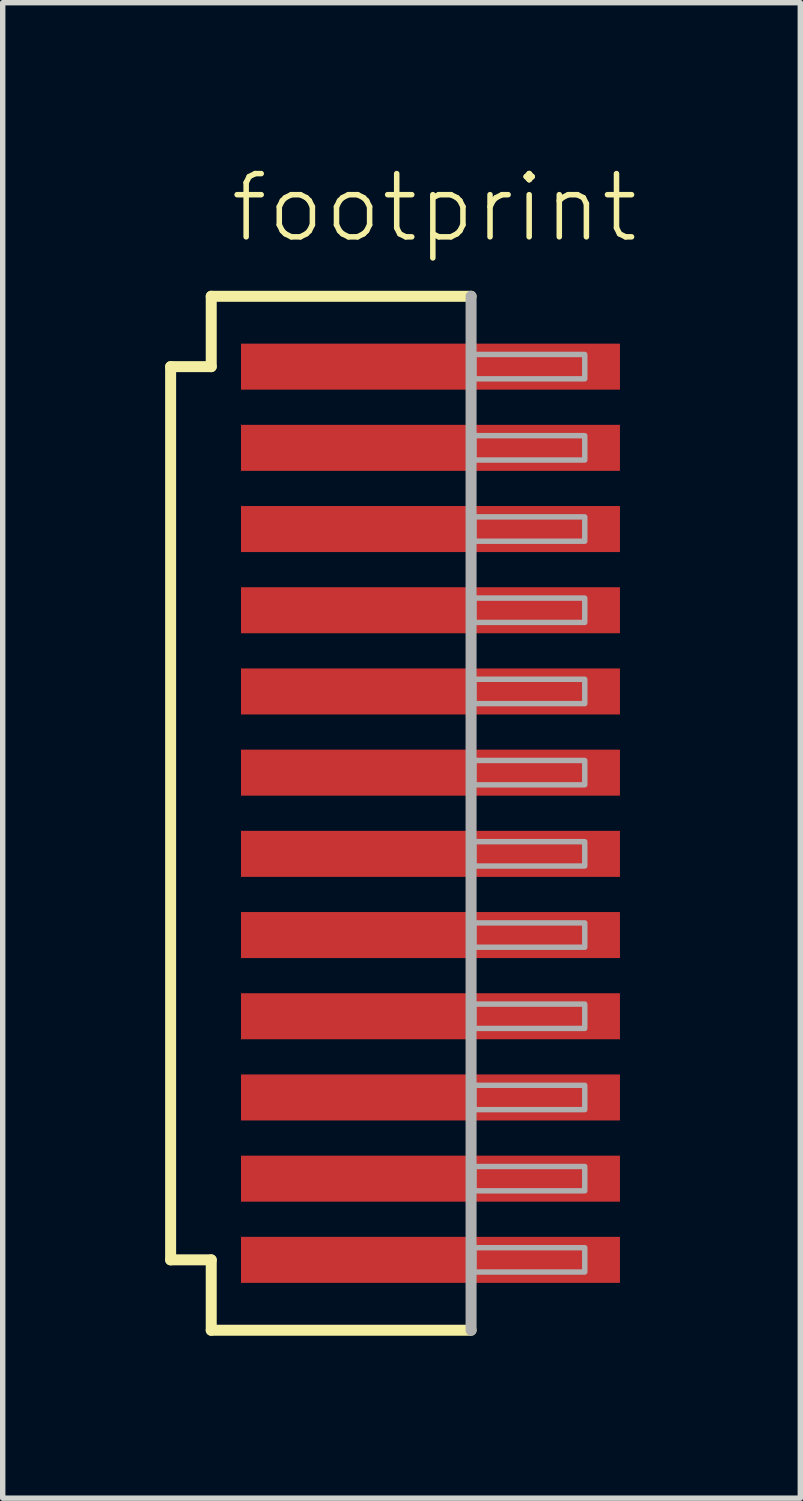
<source format=kicad_pcb>
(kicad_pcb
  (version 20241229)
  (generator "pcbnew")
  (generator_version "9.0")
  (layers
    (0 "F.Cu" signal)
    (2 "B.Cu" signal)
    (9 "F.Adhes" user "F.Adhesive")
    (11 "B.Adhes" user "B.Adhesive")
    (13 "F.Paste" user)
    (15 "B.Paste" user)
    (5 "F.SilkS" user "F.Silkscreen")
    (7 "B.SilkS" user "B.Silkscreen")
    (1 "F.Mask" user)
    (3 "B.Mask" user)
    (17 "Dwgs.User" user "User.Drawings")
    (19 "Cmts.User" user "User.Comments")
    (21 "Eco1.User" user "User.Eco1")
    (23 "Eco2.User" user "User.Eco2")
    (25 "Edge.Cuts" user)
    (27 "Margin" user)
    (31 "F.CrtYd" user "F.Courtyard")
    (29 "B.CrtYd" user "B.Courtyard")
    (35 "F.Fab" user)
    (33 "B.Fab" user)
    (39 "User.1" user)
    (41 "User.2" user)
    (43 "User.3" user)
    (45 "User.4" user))
  (footprint "footprint"
    (layer "F.Cu")
    (at 4.902 11.973)
    (property "Reference" "footprint" (at -3.75 -10.5 0) (layer "F.SilkS") (effects (font (size 1.168 1.168) (thickness 0.102)) (justify left bottom)))
    (fp_line (start -4.8 -8.25) (end -4.05 -8.25) (stroke (width 0.203) (type solid)) (layer "F.SilkS"))
    (fp_line (start -4.8 8.25) (end -4.8 -8.25) (stroke (width 0.203) (type solid)) (layer "F.SilkS"))
    (fp_line (start -4.05 -9.55) (end 0.75 -9.55) (stroke (width 0.203) (type solid)) (layer "F.SilkS"))
    (fp_line (start -4.05 -8.25) (end -4.05 -9.55) (stroke (width 0.203) (type solid)) (layer "F.SilkS"))
    (fp_line (start -4.05 8.25) (end -4.8 8.25) (stroke (width 0.203) (type solid)) (layer "F.SilkS"))
    (fp_line (start -4.05 9.55) (end -4.05 8.25) (stroke (width 0.203) (type solid)) (layer "F.SilkS"))
    (fp_line (start 0.75 9.55) (end -4.05 9.55) (stroke (width 0.203) (type solid)) (layer "F.SilkS"))
    (fp_line (start 0.75 -9.55) (end 0.75 9.55) (stroke (width 0.203) (type solid)) (layer "F.Fab"))
    (fp_poly (pts (xy 0.8 -8.025) (xy 2.85 -8.025) (xy 2.85 -8.475) (xy 0.8 -8.475)) (stroke (width 0.1) (type solid)) (fill no) (layer "F.Fab"))
    (fp_poly (pts (xy 0.8 -6.525) (xy 2.85 -6.525) (xy 2.85 -6.975) (xy 0.8 -6.975)) (stroke (width 0.1) (type solid)) (fill no) (layer "F.Fab"))
    (fp_poly (pts (xy 0.8 -5.025) (xy 2.85 -5.025) (xy 2.85 -5.475) (xy 0.8 -5.475)) (stroke (width 0.1) (type solid)) (fill no) (layer "F.Fab"))
    (fp_poly (pts (xy 0.8 -3.525) (xy 2.85 -3.525) (xy 2.85 -3.975) (xy 0.8 -3.975)) (stroke (width 0.1) (type solid)) (fill no) (layer "F.Fab"))
    (fp_poly (pts (xy 0.8 -2.025) (xy 2.85 -2.025) (xy 2.85 -2.475) (xy 0.8 -2.475)) (stroke (width 0.1) (type solid)) (fill no) (layer "F.Fab"))
    (fp_poly (pts (xy 0.8 -0.525) (xy 2.85 -0.525) (xy 2.85 -0.975) (xy 0.8 -0.975)) (stroke (width 0.1) (type solid)) (fill no) (layer "F.Fab"))
    (fp_poly (pts (xy 0.8 0.975) (xy 2.85 0.975) (xy 2.85 0.525) (xy 0.8 0.525)) (stroke (width 0.1) (type solid)) (fill no) (layer "F.Fab"))
    (fp_poly (pts (xy 0.8 2.475) (xy 2.85 2.475) (xy 2.85 2.025) (xy 0.8 2.025)) (stroke (width 0.1) (type solid)) (fill no) (layer "F.Fab"))
    (fp_poly (pts (xy 0.8 3.975) (xy 2.85 3.975) (xy 2.85 3.525) (xy 0.8 3.525)) (stroke (width 0.1) (type solid)) (fill no) (layer "F.Fab"))
    (fp_poly (pts (xy 0.8 5.475) (xy 2.85 5.475) (xy 2.85 5.025) (xy 0.8 5.025)) (stroke (width 0.1) (type solid)) (fill no) (layer "F.Fab"))
    (fp_poly (pts (xy 0.8 6.975) (xy 2.85 6.975) (xy 2.85 6.525) (xy 0.8 6.525)) (stroke (width 0.1) (type solid)) (fill no) (layer "F.Fab"))
    (fp_poly (pts (xy 0.8 8.475) (xy 2.85 8.475) (xy 2.85 8.025) (xy 0.8 8.025)) (stroke (width 0.1) (type solid)) (fill no) (layer "F.Fab"))
    (pad "1" smd rect (at 0 -8.25) (size 7 0.85) (layers "F.Cu" "F.Mask" "F.Paste"))
    (pad "2" smd rect (at 0 -6.75) (size 7 0.85) (layers "F.Cu" "F.Mask" "F.Paste"))
    (pad "3" smd rect (at 0 -5.25) (size 7 0.85) (layers "F.Cu" "F.Mask" "F.Paste"))
    (pad "4" smd rect (at 0 -3.75) (size 7 0.85) (layers "F.Cu" "F.Mask" "F.Paste"))
    (pad "5" smd rect (at 0 -2.25) (size 7 0.85) (layers "F.Cu" "F.Mask" "F.Paste"))
    (pad "6" smd rect (at 0 -0.75) (size 7 0.85) (layers "F.Cu" "F.Mask" "F.Paste"))
    (pad "7" smd rect (at 0 0.75) (size 7 0.85) (layers "F.Cu" "F.Mask" "F.Paste"))
    (pad "8" smd rect (at 0 2.25) (size 7 0.85) (layers "F.Cu" "F.Mask" "F.Paste"))
    (pad "9" smd rect (at 0 3.75) (size 7 0.85) (layers "F.Cu" "F.Mask" "F.Paste"))
    (pad "10" smd rect (at 0 5.25) (size 7 0.85) (layers "F.Cu" "F.Mask" "F.Paste"))
    (pad "11" smd rect (at 0 6.75) (size 7 0.85) (layers "F.Cu" "F.Mask" "F.Paste"))
    (pad "12" smd rect (at 0 8.25) (size 7 0.85) (layers "F.Cu" "F.Mask" "F.Paste")))
  (gr_rect
    (start -3 -3)
    (end 11.734 24.625)
    (stroke (width 0.1) (type default))
    (fill no)
    (layer "Edge.Cuts")))
</source>
